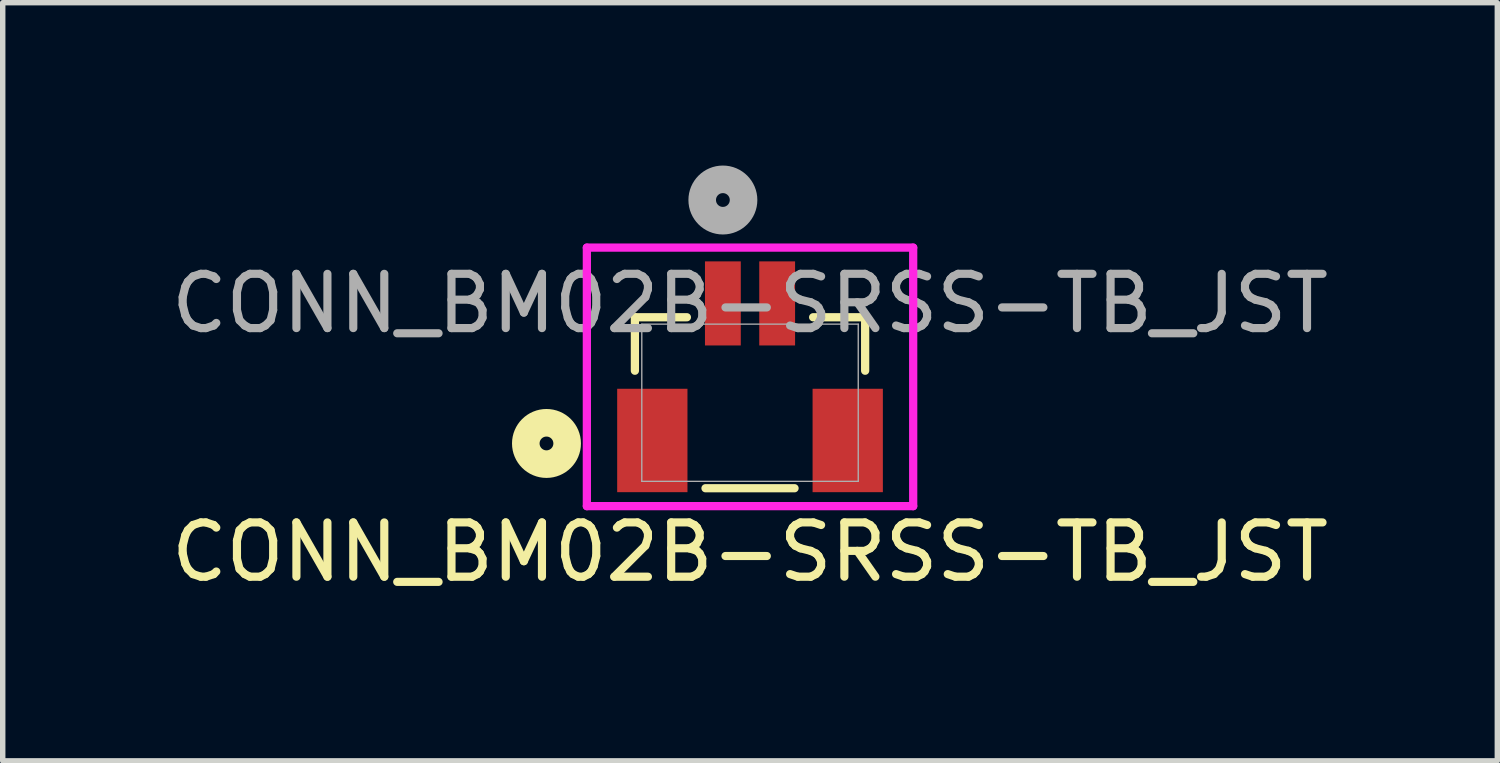
<source format=kicad_pcb>
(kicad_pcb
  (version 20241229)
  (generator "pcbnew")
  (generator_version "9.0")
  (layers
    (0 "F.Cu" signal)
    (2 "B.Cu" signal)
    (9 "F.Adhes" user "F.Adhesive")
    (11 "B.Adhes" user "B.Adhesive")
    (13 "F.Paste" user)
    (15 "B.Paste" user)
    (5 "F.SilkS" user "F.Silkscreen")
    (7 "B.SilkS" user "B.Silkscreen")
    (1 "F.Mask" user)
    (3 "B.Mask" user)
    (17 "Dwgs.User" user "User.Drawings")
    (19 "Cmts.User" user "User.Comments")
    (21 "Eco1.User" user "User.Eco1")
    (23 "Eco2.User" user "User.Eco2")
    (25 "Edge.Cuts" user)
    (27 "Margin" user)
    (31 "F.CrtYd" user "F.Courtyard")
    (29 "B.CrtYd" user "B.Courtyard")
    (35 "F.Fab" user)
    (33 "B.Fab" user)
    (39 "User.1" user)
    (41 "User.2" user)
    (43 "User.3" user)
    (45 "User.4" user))
  (footprint "CONN_BM02B-SRSS-TB_JST"
    (layer "F.Cu")
    (at 10.768 4.37)
    (property "Reference" "CONN_BM02B-SRSS-TB_JST" (at 0 2.75 0) (unlocked yes) (layer "F.SilkS") (effects (font (size 1 1) (thickness 0.15))))
    (attr smd)
    (fp_line (start -2.121 -1.575) (end -2.121 -0.59) (stroke (width 0.152) (type solid)) (layer "F.SilkS"))
    (fp_line (start -1.163 -1.575) (end -2.121 -1.575) (stroke (width 0.152) (type solid)) (layer "F.SilkS"))
    (fp_line (start -0.82 1.575) (end 0.82 1.575) (stroke (width 0.152) (type solid)) (layer "F.SilkS"))
    (fp_line (start 2.121 -1.575) (end 1.163 -1.575) (stroke (width 0.152) (type solid)) (layer "F.SilkS"))
    (fp_line (start 2.121 -0.59) (end 2.121 -1.575) (stroke (width 0.152) (type solid)) (layer "F.SilkS"))
    (fp_circle (center -3.75 0.75) (end -3.369 0.75) (stroke (width 0.508) (type solid)) (fill no) (layer "F.SilkS"))
    (fp_line (start -3.006 -2.858) (end -3.006 1.905) (stroke (width 0.152) (type solid)) (layer "F.CrtYd"))
    (fp_line (start -3.006 1.905) (end 3.006 1.905) (stroke (width 0.152) (type solid)) (layer "F.CrtYd"))
    (fp_line (start 3.006 -2.858) (end -3.006 -2.858) (stroke (width 0.152) (type solid)) (layer "F.CrtYd"))
    (fp_line (start 3.006 1.905) (end 3.006 -2.858) (stroke (width 0.152) (type solid)) (layer "F.CrtYd"))
    (fp_line (start -1.994 -1.448) (end -1.994 1.448) (stroke (width 0.025) (type solid)) (layer "F.Fab"))
    (fp_line (start -1.994 1.448) (end 1.994 1.448) (stroke (width 0.025) (type solid)) (layer "F.Fab"))
    (fp_line (start 1.994 -1.448) (end -1.994 -1.448) (stroke (width 0.025) (type solid)) (layer "F.Fab"))
    (fp_line (start 1.994 1.448) (end 1.994 -1.448) (stroke (width 0.025) (type solid)) (layer "F.Fab"))
    (fp_circle (center -0.5 -3.735) (end -0.119 -3.735) (stroke (width 0.508) (type solid)) (fill no) (layer "F.Fab"))
    (fp_text user "${REFERENCE}" (at 0 -1.83 0) (unlocked yes) (layer "F.Fab") (effects (font (size 1 1) (thickness 0.15))))
    (pad "1" smd rect (at -0.5 -1.83) (size 0.66 1.549) (layers "F.Cu" "F.Mask" "F.Paste"))
    (pad "2" smd rect (at 0.5 -1.83) (size 0.66 1.549) (layers "F.Cu" "F.Mask" "F.Paste"))
    (pad "3" smd rect (at -1.8 0.695 90) (size 1.905 1.295) (layers "F.Cu" "F.Mask" "F.Paste"))
    (pad "4" smd rect (at 1.8 0.695 90) (size 1.905 1.295) (layers "F.Cu" "F.Mask" "F.Paste")))
  (gr_rect
    (start -3 -3)
    (end 24.536 10.968)
    (stroke (width 0.1) (type default))
    (fill no)
    (layer "Edge.Cuts")))
</source>
